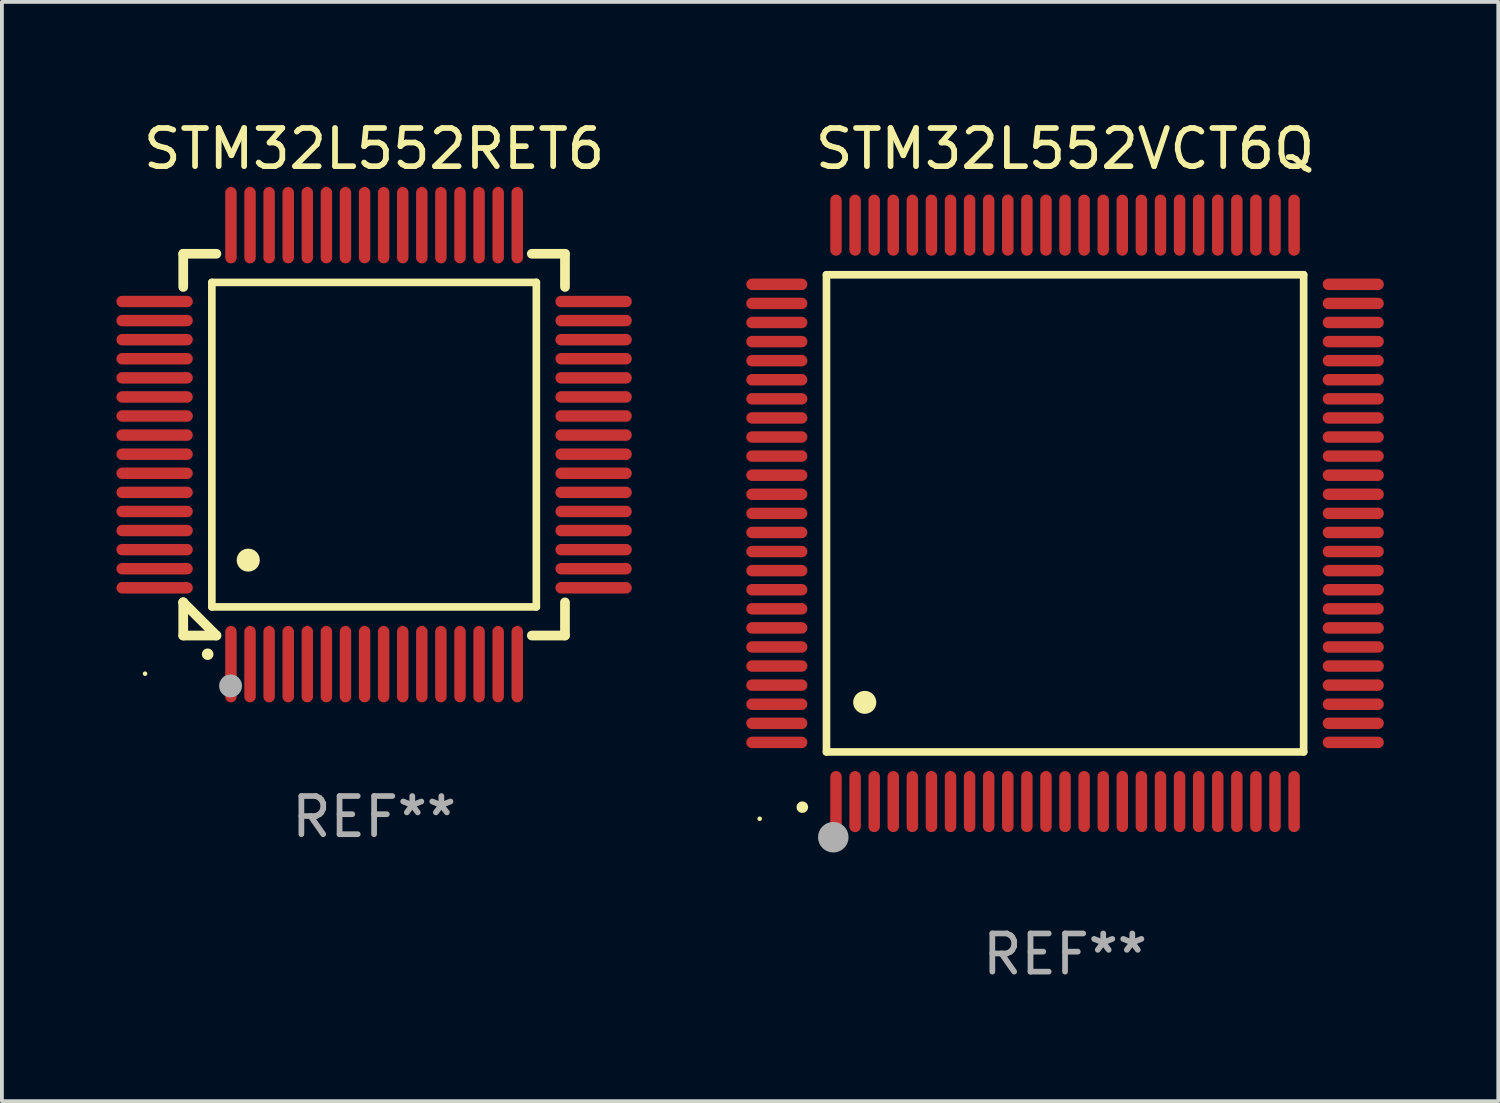
<source format=kicad_pcb>
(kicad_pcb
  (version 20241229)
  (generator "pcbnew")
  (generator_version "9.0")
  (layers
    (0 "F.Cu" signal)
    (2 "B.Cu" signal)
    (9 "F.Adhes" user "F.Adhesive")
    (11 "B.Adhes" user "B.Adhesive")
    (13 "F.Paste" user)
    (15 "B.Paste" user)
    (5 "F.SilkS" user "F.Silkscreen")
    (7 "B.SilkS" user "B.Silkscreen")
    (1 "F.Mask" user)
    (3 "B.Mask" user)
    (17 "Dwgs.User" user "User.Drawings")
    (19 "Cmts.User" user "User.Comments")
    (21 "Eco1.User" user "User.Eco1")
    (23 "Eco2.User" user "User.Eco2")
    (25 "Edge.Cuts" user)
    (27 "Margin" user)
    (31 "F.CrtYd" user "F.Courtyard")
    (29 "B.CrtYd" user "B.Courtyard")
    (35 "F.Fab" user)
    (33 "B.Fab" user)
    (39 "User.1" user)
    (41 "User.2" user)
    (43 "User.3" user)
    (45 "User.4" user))
  (footprint "STM32L552VCT6Q"
    (layer "F.Cu")
    (at 24.85 10.398)
    (property "Reference" "STM32L552VCT6Q" (at 0 -9.55 0) (layer "F.SilkS") (effects (font (size 1 1) (thickness 0.15))))
    (attr through_hole)
    (fp_line (start -6.25 -6.25) (end -6.25 6.25) (stroke (width 0.2) (type solid)) (layer "F.SilkS"))
    (fp_line (start -6.25 6.25) (end 6.25 6.25) (stroke (width 0.2) (type solid)) (layer "F.SilkS"))
    (fp_line (start 6.25 -6.25) (end -6.25 -6.25) (stroke (width 0.2) (type solid)) (layer "F.SilkS"))
    (fp_line (start 6.25 6.25) (end 6.25 -6.25) (stroke (width 0.2) (type solid)) (layer "F.SilkS"))
    (fp_arc (start -6.883414 7.696215) (mid -6.882144 7.69621) (end -6.880874 7.696215) (stroke (width 0.3) (type solid)) (layer "F.SilkS"))
    (fp_arc (start -5.250191 4.95047) (mid -5.247651 4.950459) (end -5.245111 4.95047) (stroke (width 0.6) (type solid)) (layer "F.SilkS"))
    (fp_circle (center -8 8) (end -7.97 8) (stroke (width 0.06) (type solid)) (fill no) (layer "F.SilkS"))
    (fp_circle (center -6.071 8.484) (end -5.871 8.484) (stroke (width 0.4) (type solid)) (fill no) (layer "F.Fab"))
    (fp_text user "REF**" (at 0 11.55 0) (layer "F.Fab") (effects (font (size 1 1) (thickness 0.15))))
    (pad "1" smd oval (at -6 7.55) (size 0.3 1.6) (layers "F.Cu" "F.Mask" "F.Paste"))
    (pad "2" smd oval (at -5.5 7.55) (size 0.3 1.6) (layers "F.Cu" "F.Mask" "F.Paste"))
    (pad "3" smd oval (at -5 7.55) (size 0.3 1.6) (layers "F.Cu" "F.Mask" "F.Paste"))
    (pad "4" smd oval (at -4.5 7.55) (size 0.3 1.6) (layers "F.Cu" "F.Mask" "F.Paste"))
    (pad "5" smd oval (at -4 7.55) (size 0.3 1.6) (layers "F.Cu" "F.Mask" "F.Paste"))
    (pad "6" smd oval (at -3.5 7.55) (size 0.3 1.6) (layers "F.Cu" "F.Mask" "F.Paste"))
    (pad "7" smd oval (at -3 7.55) (size 0.3 1.6) (layers "F.Cu" "F.Mask" "F.Paste"))
    (pad "8" smd oval (at -2.5 7.55) (size 0.3 1.6) (layers "F.Cu" "F.Mask" "F.Paste"))
    (pad "9" smd oval (at -2 7.55) (size 0.3 1.6) (layers "F.Cu" "F.Mask" "F.Paste"))
    (pad "10" smd oval (at -1.5 7.55) (size 0.3 1.6) (layers "F.Cu" "F.Mask" "F.Paste"))
    (pad "11" smd oval (at -1 7.55) (size 0.3 1.6) (layers "F.Cu" "F.Mask" "F.Paste"))
    (pad "12" smd oval (at -0.5 7.55) (size 0.3 1.6) (layers "F.Cu" "F.Mask" "F.Paste"))
    (pad "13" smd oval (at 0 7.55) (size 0.3 1.6) (layers "F.Cu" "F.Mask" "F.Paste"))
    (pad "14" smd oval (at 0.5 7.55) (size 0.3 1.6) (layers "F.Cu" "F.Mask" "F.Paste"))
    (pad "15" smd oval (at 1 7.55) (size 0.3 1.6) (layers "F.Cu" "F.Mask" "F.Paste"))
    (pad "16" smd oval (at 1.5 7.55) (size 0.3 1.6) (layers "F.Cu" "F.Mask" "F.Paste"))
    (pad "17" smd oval (at 2 7.55) (size 0.3 1.6) (layers "F.Cu" "F.Mask" "F.Paste"))
    (pad "18" smd oval (at 2.5 7.55) (size 0.3 1.6) (layers "F.Cu" "F.Mask" "F.Paste"))
    (pad "19" smd oval (at 3 7.55) (size 0.3 1.6) (layers "F.Cu" "F.Mask" "F.Paste"))
    (pad "20" smd oval (at 3.5 7.55) (size 0.3 1.6) (layers "F.Cu" "F.Mask" "F.Paste"))
    (pad "21" smd oval (at 4 7.55) (size 0.3 1.6) (layers "F.Cu" "F.Mask" "F.Paste"))
    (pad "22" smd oval (at 4.5 7.55) (size 0.3 1.6) (layers "F.Cu" "F.Mask" "F.Paste"))
    (pad "23" smd oval (at 5 7.55) (size 0.3 1.6) (layers "F.Cu" "F.Mask" "F.Paste"))
    (pad "24" smd oval (at 5.5 7.55) (size 0.3 1.6) (layers "F.Cu" "F.Mask" "F.Paste"))
    (pad "25" smd oval (at 6 7.55) (size 0.3 1.6) (layers "F.Cu" "F.Mask" "F.Paste"))
    (pad "26" smd oval (at 7.55 6) (size 1.6 0.3) (layers "F.Cu" "F.Mask" "F.Paste"))
    (pad "27" smd oval (at 7.55 5.5) (size 1.6 0.3) (layers "F.Cu" "F.Mask" "F.Paste"))
    (pad "28" smd oval (at 7.55 5) (size 1.6 0.3) (layers "F.Cu" "F.Mask" "F.Paste"))
    (pad "29" smd oval (at 7.55 4.5) (size 1.6 0.3) (layers "F.Cu" "F.Mask" "F.Paste"))
    (pad "30" smd oval (at 7.55 4) (size 1.6 0.3) (layers "F.Cu" "F.Mask" "F.Paste"))
    (pad "31" smd oval (at 7.55 3.5) (size 1.6 0.3) (layers "F.Cu" "F.Mask" "F.Paste"))
    (pad "32" smd oval (at 7.55 3) (size 1.6 0.3) (layers "F.Cu" "F.Mask" "F.Paste"))
    (pad "33" smd oval (at 7.55 2.5) (size 1.6 0.3) (layers "F.Cu" "F.Mask" "F.Paste"))
    (pad "34" smd oval (at 7.55 2) (size 1.6 0.3) (layers "F.Cu" "F.Mask" "F.Paste"))
    (pad "35" smd oval (at 7.55 1.5) (size 1.6 0.3) (layers "F.Cu" "F.Mask" "F.Paste"))
    (pad "36" smd oval (at 7.55 1) (size 1.6 0.3) (layers "F.Cu" "F.Mask" "F.Paste"))
    (pad "37" smd oval (at 7.55 0.5) (size 1.6 0.3) (layers "F.Cu" "F.Mask" "F.Paste"))
    (pad "38" smd oval (at 7.55 0) (size 1.6 0.3) (layers "F.Cu" "F.Mask" "F.Paste"))
    (pad "39" smd oval (at 7.55 -0.5) (size 1.6 0.3) (layers "F.Cu" "F.Mask" "F.Paste"))
    (pad "40" smd oval (at 7.55 -1) (size 1.6 0.3) (layers "F.Cu" "F.Mask" "F.Paste"))
    (pad "41" smd oval (at 7.55 -1.5) (size 1.6 0.3) (layers "F.Cu" "F.Mask" "F.Paste"))
    (pad "42" smd oval (at 7.55 -2) (size 1.6 0.3) (layers "F.Cu" "F.Mask" "F.Paste"))
    (pad "43" smd oval (at 7.55 -2.5) (size 1.6 0.3) (layers "F.Cu" "F.Mask" "F.Paste"))
    (pad "44" smd oval (at 7.55 -3) (size 1.6 0.3) (layers "F.Cu" "F.Mask" "F.Paste"))
    (pad "45" smd oval (at 7.55 -3.5) (size 1.6 0.3) (layers "F.Cu" "F.Mask" "F.Paste"))
    (pad "46" smd oval (at 7.55 -4) (size 1.6 0.3) (layers "F.Cu" "F.Mask" "F.Paste"))
    (pad "47" smd oval (at 7.55 -4.5) (size 1.6 0.3) (layers "F.Cu" "F.Mask" "F.Paste"))
    (pad "48" smd oval (at 7.55 -5) (size 1.6 0.3) (layers "F.Cu" "F.Mask" "F.Paste"))
    (pad "49" smd oval (at 7.55 -5.5) (size 1.6 0.3) (layers "F.Cu" "F.Mask" "F.Paste"))
    (pad "50" smd oval (at 7.55 -6) (size 1.6 0.3) (layers "F.Cu" "F.Mask" "F.Paste"))
    (pad "51" smd oval (at 6 -7.55) (size 0.3 1.6) (layers "F.Cu" "F.Mask" "F.Paste"))
    (pad "52" smd oval (at 5.5 -7.55) (size 0.3 1.6) (layers "F.Cu" "F.Mask" "F.Paste"))
    (pad "53" smd oval (at 5 -7.55) (size 0.3 1.6) (layers "F.Cu" "F.Mask" "F.Paste"))
    (pad "54" smd oval (at 4.5 -7.55) (size 0.3 1.6) (layers "F.Cu" "F.Mask" "F.Paste"))
    (pad "55" smd oval (at 4 -7.55) (size 0.3 1.6) (layers "F.Cu" "F.Mask" "F.Paste"))
    (pad "56" smd oval (at 3.5 -7.55) (size 0.3 1.6) (layers "F.Cu" "F.Mask" "F.Paste"))
    (pad "57" smd oval (at 3 -7.55) (size 0.3 1.6) (layers "F.Cu" "F.Mask" "F.Paste"))
    (pad "58" smd oval (at 2.5 -7.55) (size 0.3 1.6) (layers "F.Cu" "F.Mask" "F.Paste"))
    (pad "59" smd oval (at 2 -7.55) (size 0.3 1.6) (layers "F.Cu" "F.Mask" "F.Paste"))
    (pad "60" smd oval (at 1.5 -7.55) (size 0.3 1.6) (layers "F.Cu" "F.Mask" "F.Paste"))
    (pad "61" smd oval (at 1 -7.55) (size 0.3 1.6) (layers "F.Cu" "F.Mask" "F.Paste"))
    (pad "62" smd oval (at 0.5 -7.55) (size 0.3 1.6) (layers "F.Cu" "F.Mask" "F.Paste"))
    (pad "63" smd oval (at 0 -7.55) (size 0.3 1.6) (layers "F.Cu" "F.Mask" "F.Paste"))
    (pad "64" smd oval (at -0.5 -7.55) (size 0.3 1.6) (layers "F.Cu" "F.Mask" "F.Paste"))
    (pad "65" smd oval (at -1 -7.55) (size 0.3 1.6) (layers "F.Cu" "F.Mask" "F.Paste"))
    (pad "66" smd oval (at -1.5 -7.55) (size 0.3 1.6) (layers "F.Cu" "F.Mask" "F.Paste"))
    (pad "67" smd oval (at -2 -7.55) (size 0.3 1.6) (layers "F.Cu" "F.Mask" "F.Paste"))
    (pad "68" smd oval (at -2.5 -7.55) (size 0.3 1.6) (layers "F.Cu" "F.Mask" "F.Paste"))
    (pad "69" smd oval (at -3 -7.55) (size 0.3 1.6) (layers "F.Cu" "F.Mask" "F.Paste"))
    (pad "70" smd oval (at -3.5 -7.55) (size 0.3 1.6) (layers "F.Cu" "F.Mask" "F.Paste"))
    (pad "71" smd oval (at -4 -7.55) (size 0.3 1.6) (layers "F.Cu" "F.Mask" "F.Paste"))
    (pad "72" smd oval (at -4.5 -7.55) (size 0.3 1.6) (layers "F.Cu" "F.Mask" "F.Paste"))
    (pad "73" smd oval (at -5 -7.55) (size 0.3 1.6) (layers "F.Cu" "F.Mask" "F.Paste"))
    (pad "74" smd oval (at -5.5 -7.55) (size 0.3 1.6) (layers "F.Cu" "F.Mask" "F.Paste"))
    (pad "75" smd oval (at -6 -7.55) (size 0.3 1.6) (layers "F.Cu" "F.Mask" "F.Paste"))
    (pad "76" smd oval (at -7.55 -6) (size 1.6 0.3) (layers "F.Cu" "F.Mask" "F.Paste"))
    (pad "77" smd oval (at -7.55 -5.5) (size 1.6 0.3) (layers "F.Cu" "F.Mask" "F.Paste"))
    (pad "78" smd oval (at -7.55 -5) (size 1.6 0.3) (layers "F.Cu" "F.Mask" "F.Paste"))
    (pad "79" smd oval (at -7.55 -4.5) (size 1.6 0.3) (layers "F.Cu" "F.Mask" "F.Paste"))
    (pad "80" smd oval (at -7.55 -4) (size 1.6 0.3) (layers "F.Cu" "F.Mask" "F.Paste"))
    (pad "81" smd oval (at -7.55 -3.5) (size 1.6 0.3) (layers "F.Cu" "F.Mask" "F.Paste"))
    (pad "82" smd oval (at -7.55 -3) (size 1.6 0.3) (layers "F.Cu" "F.Mask" "F.Paste"))
    (pad "83" smd oval (at -7.55 -2.5) (size 1.6 0.3) (layers "F.Cu" "F.Mask" "F.Paste"))
    (pad "84" smd oval (at -7.55 -2) (size 1.6 0.3) (layers "F.Cu" "F.Mask" "F.Paste"))
    (pad "85" smd oval (at -7.55 -1.5) (size 1.6 0.3) (layers "F.Cu" "F.Mask" "F.Paste"))
    (pad "86" smd oval (at -7.55 -1) (size 1.6 0.3) (layers "F.Cu" "F.Mask" "F.Paste"))
    (pad "87" smd oval (at -7.55 -0.5) (size 1.6 0.3) (layers "F.Cu" "F.Mask" "F.Paste"))
    (pad "88" smd oval (at -7.55 0) (size 1.6 0.3) (layers "F.Cu" "F.Mask" "F.Paste"))
    (pad "89" smd oval (at -7.55 0.5) (size 1.6 0.3) (layers "F.Cu" "F.Mask" "F.Paste"))
    (pad "90" smd oval (at -7.55 1) (size 1.6 0.3) (layers "F.Cu" "F.Mask" "F.Paste"))
    (pad "91" smd oval (at -7.55 1.5) (size 1.6 0.3) (layers "F.Cu" "F.Mask" "F.Paste"))
    (pad "92" smd oval (at -7.55 2) (size 1.6 0.3) (layers "F.Cu" "F.Mask" "F.Paste"))
    (pad "93" smd oval (at -7.55 2.5) (size 1.6 0.3) (layers "F.Cu" "F.Mask" "F.Paste"))
    (pad "94" smd oval (at -7.55 3) (size 1.6 0.3) (layers "F.Cu" "F.Mask" "F.Paste"))
    (pad "95" smd oval (at -7.55 3.5) (size 1.6 0.3) (layers "F.Cu" "F.Mask" "F.Paste"))
    (pad "96" smd oval (at -7.55 4) (size 1.6 0.3) (layers "F.Cu" "F.Mask" "F.Paste"))
    (pad "97" smd oval (at -7.55 4.5) (size 1.6 0.3) (layers "F.Cu" "F.Mask" "F.Paste"))
    (pad "98" smd oval (at -7.55 5) (size 1.6 0.3) (layers "F.Cu" "F.Mask" "F.Paste"))
    (pad "99" smd oval (at -7.55 5.5) (size 1.6 0.3) (layers "F.Cu" "F.Mask" "F.Paste"))
    (pad "100" smd oval (at -7.55 6) (size 1.6 0.3) (layers "F.Cu" "F.Mask" "F.Paste")))
  (footprint "STM32L552RET6"
    (layer "F.Cu")
    (at 6.75 8.598)
    (property "Reference" "STM32L552RET6" (at 0 -7.75 0) (layer "F.SilkS") (effects (font (size 1 1) (thickness 0.15))))
    (attr through_hole)
    (fp_line (start -5 -5) (end -4.131 -5) (stroke (width 0.254) (type solid)) (layer "F.SilkS"))
    (fp_line (start -5 -4.131) (end -5 -5) (stroke (width 0.254) (type solid)) (layer "F.SilkS"))
    (fp_line (start -5 4.131) (end -5 4.131) (stroke (width 0.254) (type solid)) (layer "F.SilkS"))
    (fp_line (start -5 5) (end -5 4.131) (stroke (width 0.254) (type solid)) (layer "F.SilkS"))
    (fp_line (start -5 4.131) (end -4.131 5) (stroke (width 0.254) (type solid)) (layer "F.SilkS"))
    (fp_line (start -4.25 -4.25) (end -4.25 4.25) (stroke (width 0.2) (type solid)) (layer "F.SilkS"))
    (fp_line (start -4.25 4.25) (end 4.25 4.25) (stroke (width 0.2) (type solid)) (layer "F.SilkS"))
    (fp_line (start -4.131 5) (end -5 5) (stroke (width 0.254) (type solid)) (layer "F.SilkS"))
    (fp_line (start 4.25 -4.25) (end -4.25 -4.25) (stroke (width 0.2) (type solid)) (layer "F.SilkS"))
    (fp_line (start 4.25 4.25) (end 4.25 -4.25) (stroke (width 0.2) (type solid)) (layer "F.SilkS"))
    (fp_line (start 5 -5) (end 4.131 -5) (stroke (width 0.254) (type solid)) (layer "F.SilkS"))
    (fp_line (start 5 -5) (end 5 -4.131) (stroke (width 0.254) (type solid)) (layer "F.SilkS"))
    (fp_line (start 5 4.131) (end 5 5) (stroke (width 0.254) (type solid)) (layer "F.SilkS"))
    (fp_line (start 5 5) (end 4.131 5) (stroke (width 0.254) (type solid)) (layer "F.SilkS"))
    (fp_arc (start -4.361265 5.489992) (mid -4.359995 5.489987) (end -4.358725 5.489992) (stroke (width 0.3) (type solid)) (layer "F.SilkS"))
    (fp_arc (start -3.299467 3.025146) (mid -3.296927 3.025135) (end -3.294387 3.025146) (stroke (width 0.6) (type solid)) (layer "F.SilkS"))
    (fp_circle (center -6 6) (end -5.97 6) (stroke (width 0.06) (type solid)) (fill no) (layer "F.SilkS"))
    (fp_circle (center -3.76 6.32) (end -3.61 6.32) (stroke (width 0.3) (type solid)) (fill no) (layer "F.Fab"))
    (fp_text user "REF**" (at 0 9.75 0) (layer "F.Fab") (effects (font (size 1 1) (thickness 0.15))))
    (pad "1" smd oval (at -3.75 5.75) (size 0.3 2) (layers "F.Cu" "F.Mask" "F.Paste"))
    (pad "2" smd oval (at -3.25 5.75) (size 0.3 2) (layers "F.Cu" "F.Mask" "F.Paste"))
    (pad "3" smd oval (at -2.75 5.75) (size 0.3 2) (layers "F.Cu" "F.Mask" "F.Paste"))
    (pad "4" smd oval (at -2.25 5.75) (size 0.3 2) (layers "F.Cu" "F.Mask" "F.Paste"))
    (pad "5" smd oval (at -1.75 5.75) (size 0.3 2) (layers "F.Cu" "F.Mask" "F.Paste"))
    (pad "6" smd oval (at -1.25 5.75) (size 0.3 2) (layers "F.Cu" "F.Mask" "F.Paste"))
    (pad "7" smd oval (at -0.75 5.75) (size 0.3 2) (layers "F.Cu" "F.Mask" "F.Paste"))
    (pad "8" smd oval (at -0.25 5.75) (size 0.3 2) (layers "F.Cu" "F.Mask" "F.Paste"))
    (pad "9" smd oval (at 0.25 5.75) (size 0.3 2) (layers "F.Cu" "F.Mask" "F.Paste"))
    (pad "10" smd oval (at 0.75 5.75) (size 0.3 2) (layers "F.Cu" "F.Mask" "F.Paste"))
    (pad "11" smd oval (at 1.25 5.75) (size 0.3 2) (layers "F.Cu" "F.Mask" "F.Paste"))
    (pad "12" smd oval (at 1.75 5.75) (size 0.3 2) (layers "F.Cu" "F.Mask" "F.Paste"))
    (pad "13" smd oval (at 2.25 5.75) (size 0.3 2) (layers "F.Cu" "F.Mask" "F.Paste"))
    (pad "14" smd oval (at 2.75 5.75) (size 0.3 2) (layers "F.Cu" "F.Mask" "F.Paste"))
    (pad "15" smd oval (at 3.25 5.75) (size 0.3 2) (layers "F.Cu" "F.Mask" "F.Paste"))
    (pad "16" smd oval (at 3.75 5.75) (size 0.3 2) (layers "F.Cu" "F.Mask" "F.Paste"))
    (pad "17" smd oval (at 5.75 3.75) (size 2 0.3) (layers "F.Cu" "F.Mask" "F.Paste"))
    (pad "18" smd oval (at 5.75 3.25) (size 2 0.3) (layers "F.Cu" "F.Mask" "F.Paste"))
    (pad "19" smd oval (at 5.75 2.75) (size 2 0.3) (layers "F.Cu" "F.Mask" "F.Paste"))
    (pad "20" smd oval (at 5.75 2.25) (size 2 0.3) (layers "F.Cu" "F.Mask" "F.Paste"))
    (pad "21" smd oval (at 5.75 1.75) (size 2 0.3) (layers "F.Cu" "F.Mask" "F.Paste"))
    (pad "22" smd oval (at 5.75 1.25) (size 2 0.3) (layers "F.Cu" "F.Mask" "F.Paste"))
    (pad "23" smd oval (at 5.75 0.75) (size 2 0.3) (layers "F.Cu" "F.Mask" "F.Paste"))
    (pad "24" smd oval (at 5.75 0.25) (size 2 0.3) (layers "F.Cu" "F.Mask" "F.Paste"))
    (pad "25" smd oval (at 5.75 -0.25) (size 2 0.3) (layers "F.Cu" "F.Mask" "F.Paste"))
    (pad "26" smd oval (at 5.75 -0.75) (size 2 0.3) (layers "F.Cu" "F.Mask" "F.Paste"))
    (pad "27" smd oval (at 5.75 -1.25) (size 2 0.3) (layers "F.Cu" "F.Mask" "F.Paste"))
    (pad "28" smd oval (at 5.75 -1.75) (size 2 0.3) (layers "F.Cu" "F.Mask" "F.Paste"))
    (pad "29" smd oval (at 5.75 -2.25) (size 2 0.3) (layers "F.Cu" "F.Mask" "F.Paste"))
    (pad "30" smd oval (at 5.75 -2.75) (size 2 0.3) (layers "F.Cu" "F.Mask" "F.Paste"))
    (pad "31" smd oval (at 5.75 -3.25) (size 2 0.3) (layers "F.Cu" "F.Mask" "F.Paste"))
    (pad "32" smd oval (at 5.75 -3.75) (size 2 0.3) (layers "F.Cu" "F.Mask" "F.Paste"))
    (pad "33" smd oval (at 3.75 -5.75) (size 0.3 2) (layers "F.Cu" "F.Mask" "F.Paste"))
    (pad "34" smd oval (at 3.25 -5.75) (size 0.3 2) (layers "F.Cu" "F.Mask" "F.Paste"))
    (pad "35" smd oval (at 2.75 -5.75) (size 0.3 2) (layers "F.Cu" "F.Mask" "F.Paste"))
    (pad "36" smd oval (at 2.25 -5.75) (size 0.3 2) (layers "F.Cu" "F.Mask" "F.Paste"))
    (pad "37" smd oval (at 1.75 -5.75) (size 0.3 2) (layers "F.Cu" "F.Mask" "F.Paste"))
    (pad "38" smd oval (at 1.25 -5.75) (size 0.3 2) (layers "F.Cu" "F.Mask" "F.Paste"))
    (pad "39" smd oval (at 0.75 -5.75) (size 0.3 2) (layers "F.Cu" "F.Mask" "F.Paste"))
    (pad "40" smd oval (at 0.25 -5.75) (size 0.3 2) (layers "F.Cu" "F.Mask" "F.Paste"))
    (pad "41" smd oval (at -0.25 -5.75) (size 0.3 2) (layers "F.Cu" "F.Mask" "F.Paste"))
    (pad "42" smd oval (at -0.75 -5.75) (size 0.3 2) (layers "F.Cu" "F.Mask" "F.Paste"))
    (pad "43" smd oval (at -1.25 -5.75) (size 0.3 2) (layers "F.Cu" "F.Mask" "F.Paste"))
    (pad "44" smd oval (at -1.75 -5.75) (size 0.3 2) (layers "F.Cu" "F.Mask" "F.Paste"))
    (pad "45" smd oval (at -2.25 -5.75) (size 0.3 2) (layers "F.Cu" "F.Mask" "F.Paste"))
    (pad "46" smd oval (at -2.75 -5.75) (size 0.3 2) (layers "F.Cu" "F.Mask" "F.Paste"))
    (pad "47" smd oval (at -3.25 -5.75) (size 0.3 2) (layers "F.Cu" "F.Mask" "F.Paste"))
    (pad "48" smd oval (at -3.75 -5.75) (size 0.3 2) (layers "F.Cu" "F.Mask" "F.Paste"))
    (pad "49" smd oval (at -5.75 -3.75) (size 2 0.3) (layers "F.Cu" "F.Mask" "F.Paste"))
    (pad "50" smd oval (at -5.75 -3.25) (size 2 0.3) (layers "F.Cu" "F.Mask" "F.Paste"))
    (pad "51" smd oval (at -5.75 -2.75) (size 2 0.3) (layers "F.Cu" "F.Mask" "F.Paste"))
    (pad "52" smd oval (at -5.75 -2.25) (size 2 0.3) (layers "F.Cu" "F.Mask" "F.Paste"))
    (pad "53" smd oval (at -5.75 -1.75) (size 2 0.3) (layers "F.Cu" "F.Mask" "F.Paste"))
    (pad "54" smd oval (at -5.75 -1.25) (size 2 0.3) (layers "F.Cu" "F.Mask" "F.Paste"))
    (pad "55" smd oval (at -5.75 -0.75) (size 2 0.3) (layers "F.Cu" "F.Mask" "F.Paste"))
    (pad "56" smd oval (at -5.75 -0.25) (size 2 0.3) (layers "F.Cu" "F.Mask" "F.Paste"))
    (pad "57" smd oval (at -5.75 0.25) (size 2 0.3) (layers "F.Cu" "F.Mask" "F.Paste"))
    (pad "58" smd oval (at -5.75 0.75) (size 2 0.3) (layers "F.Cu" "F.Mask" "F.Paste"))
    (pad "59" smd oval (at -5.75 1.25) (size 2 0.3) (layers "F.Cu" "F.Mask" "F.Paste"))
    (pad "60" smd oval (at -5.75 1.75) (size 2 0.3) (layers "F.Cu" "F.Mask" "F.Paste"))
    (pad "61" smd oval (at -5.75 2.25) (size 2 0.3) (layers "F.Cu" "F.Mask" "F.Paste"))
    (pad "62" smd oval (at -5.75 2.75) (size 2 0.3) (layers "F.Cu" "F.Mask" "F.Paste"))
    (pad "63" smd oval (at -5.75 3.25) (size 2 0.3) (layers "F.Cu" "F.Mask" "F.Paste"))
    (pad "64" smd oval (at -5.75 3.75) (size 2 0.3) (layers "F.Cu" "F.Mask" "F.Paste")))
  (gr_rect
    (start -3 -3)
    (end 36.199 25.796)
    (stroke (width 0.1) (type default))
    (fill no)
    (layer "Edge.Cuts")))
</source>
